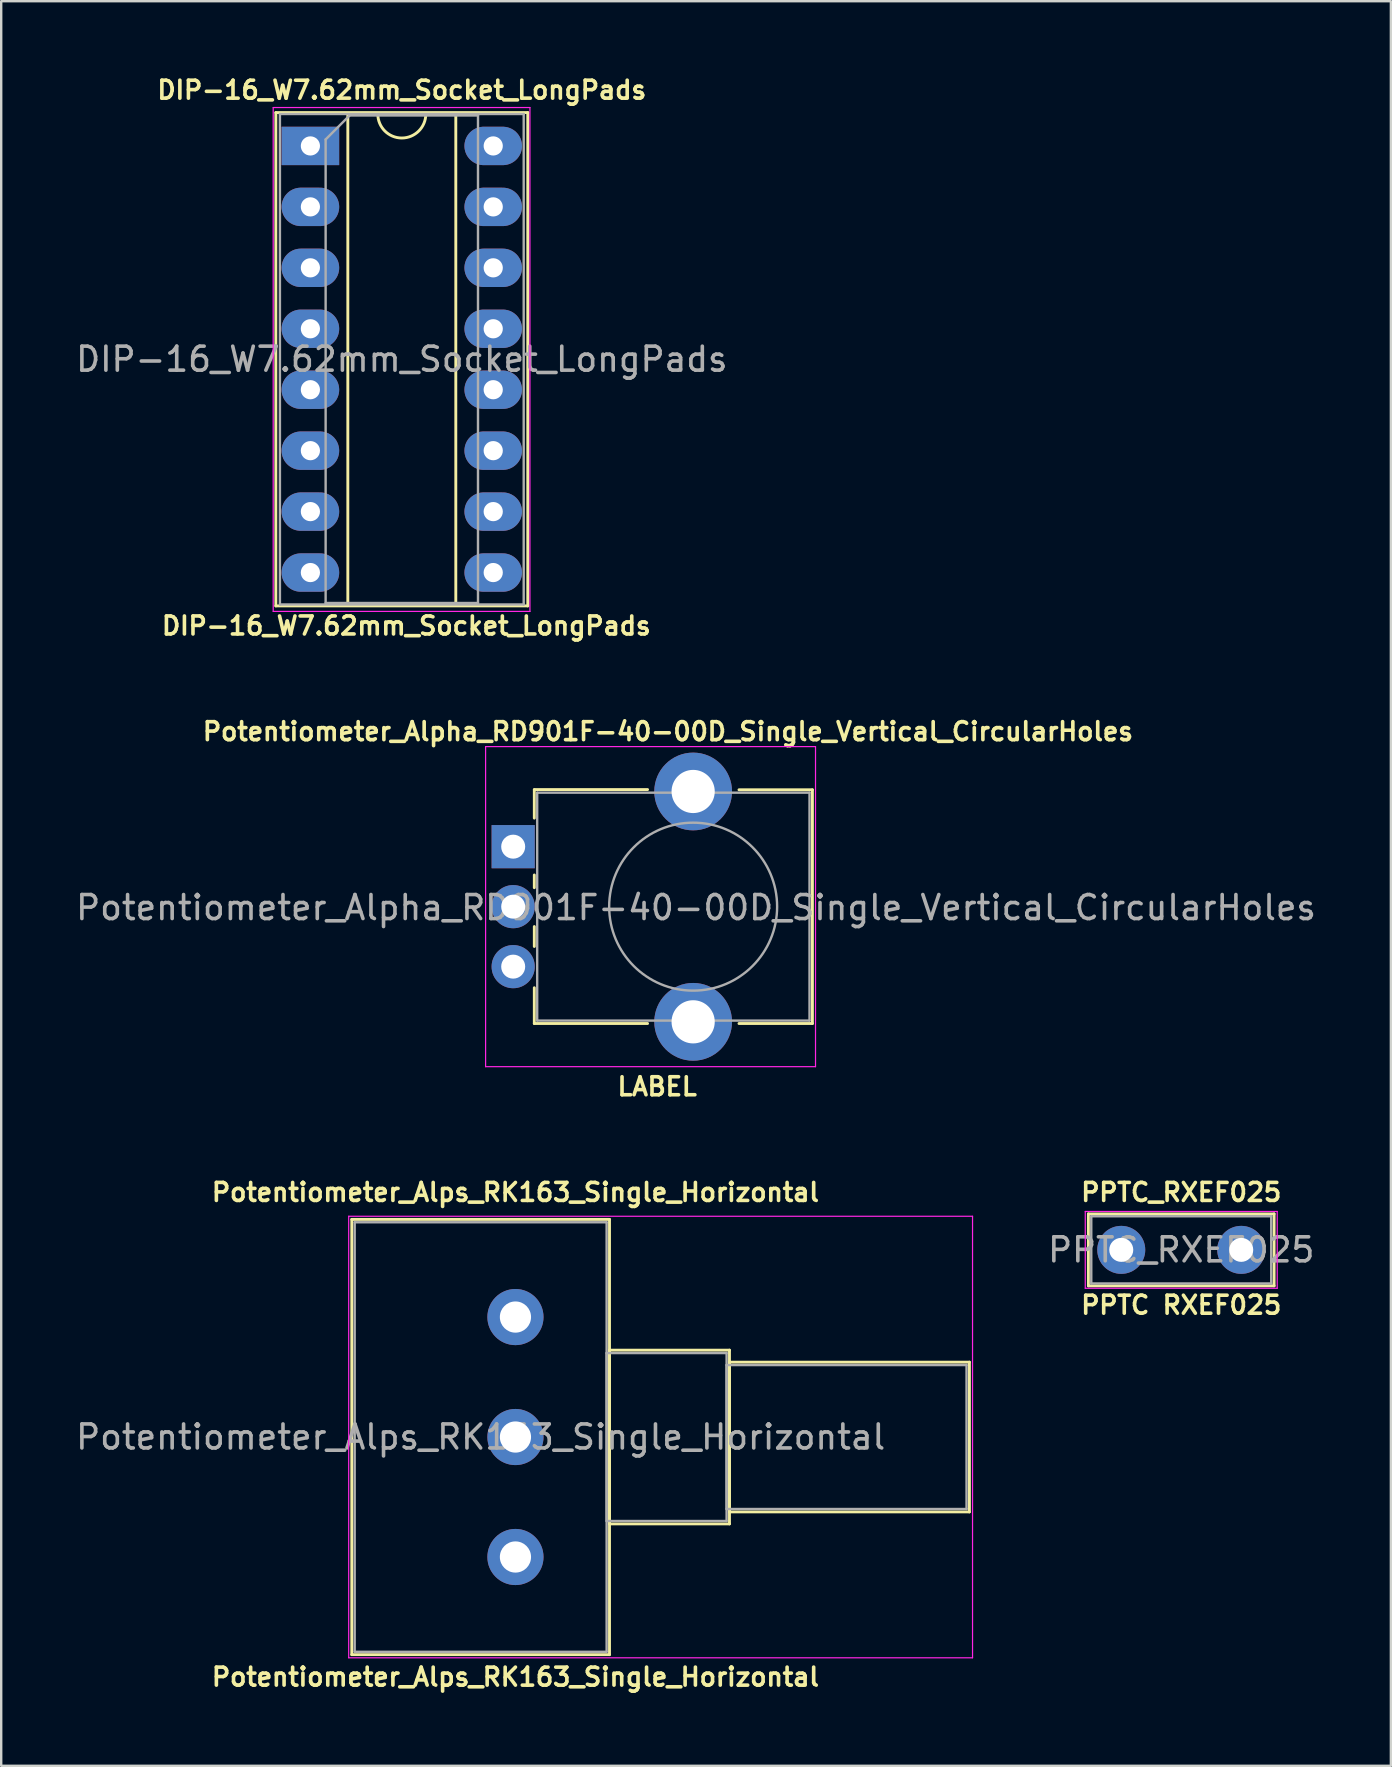
<source format=kicad_pcb>
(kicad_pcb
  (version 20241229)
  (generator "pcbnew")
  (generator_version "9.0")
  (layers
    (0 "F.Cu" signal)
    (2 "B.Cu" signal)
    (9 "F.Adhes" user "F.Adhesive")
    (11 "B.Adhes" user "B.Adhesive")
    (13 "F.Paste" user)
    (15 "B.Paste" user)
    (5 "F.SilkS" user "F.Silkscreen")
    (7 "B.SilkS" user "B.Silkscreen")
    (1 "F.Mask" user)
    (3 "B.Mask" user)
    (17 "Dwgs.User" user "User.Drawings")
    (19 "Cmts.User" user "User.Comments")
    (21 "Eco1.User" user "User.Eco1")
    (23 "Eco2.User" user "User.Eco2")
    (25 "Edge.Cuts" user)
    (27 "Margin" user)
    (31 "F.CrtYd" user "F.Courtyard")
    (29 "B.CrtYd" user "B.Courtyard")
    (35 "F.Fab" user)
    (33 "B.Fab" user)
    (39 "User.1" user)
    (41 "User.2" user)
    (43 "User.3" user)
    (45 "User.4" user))
  (footprint "Potentiometer_Alps_RK163_Single_Horizontal"
    (layer "F.Cu")
    (at 18.432 61.84)
    (property "Reference" "Potentiometer_Alps_RK163_Single_Horizontal" (at 0 -15.2 0) (layer "F.SilkS") (effects (font (size 0.75 0.75) (thickness 0.15))))
    (property "Value" "Potentiometer_Alps_RK163_Single_Horizontal" (at 0 5.2 0) (layer "F.Fab") (hide yes) (effects (font (size 1 1) (thickness 0.15))))
    (attr through_hole)
    (fp_line (start -6.82 -14.07) (end -6.82 4.07) (stroke (width 0.12) (type solid)) (layer "F.SilkS"))
    (fp_line (start -6.82 -14.07) (end 3.92 -14.07) (stroke (width 0.12) (type solid)) (layer "F.SilkS"))
    (fp_line (start -6.82 4.07) (end 3.92 4.07) (stroke (width 0.12) (type solid)) (layer "F.SilkS"))
    (fp_line (start 3.92 -14.07) (end 3.92 4.07) (stroke (width 0.12) (type solid)) (layer "F.SilkS"))
    (fp_line (start 3.92 -8.62) (end 3.92 -1.38) (stroke (width 0.12) (type solid)) (layer "F.SilkS"))
    (fp_line (start 3.92 -8.62) (end 8.92 -8.62) (stroke (width 0.12) (type solid)) (layer "F.SilkS"))
    (fp_line (start 3.92 -1.38) (end 8.92 -1.38) (stroke (width 0.12) (type solid)) (layer "F.SilkS"))
    (fp_line (start 8.92 -8.62) (end 8.92 -1.38) (stroke (width 0.12) (type solid)) (layer "F.SilkS"))
    (fp_line (start 8.92 -8.12) (end 8.92 -1.879) (stroke (width 0.12) (type solid)) (layer "F.SilkS"))
    (fp_line (start 8.92 -8.12) (end 18.92 -8.12) (stroke (width 0.12) (type solid)) (layer "F.SilkS"))
    (fp_line (start 8.92 -1.879) (end 18.92 -1.879) (stroke (width 0.12) (type solid)) (layer "F.SilkS"))
    (fp_line (start 18.92 -8.12) (end 18.92 -1.879) (stroke (width 0.12) (type solid)) (layer "F.SilkS"))
    (fp_line (start -6.95 -14.2) (end -6.95 4.2) (stroke (width 0.05) (type solid)) (layer "F.CrtYd"))
    (fp_line (start -6.95 4.2) (end 19.05 4.2) (stroke (width 0.05) (type solid)) (layer "F.CrtYd"))
    (fp_line (start 19.05 -14.2) (end -6.95 -14.2) (stroke (width 0.05) (type solid)) (layer "F.CrtYd"))
    (fp_line (start 19.05 4.2) (end 19.05 -14.2) (stroke (width 0.05) (type solid)) (layer "F.CrtYd"))
    (fp_line (start -6.7 -13.95) (end -6.7 3.95) (stroke (width 0.1) (type solid)) (layer "F.Fab"))
    (fp_line (start -6.7 3.95) (end 3.8 3.95) (stroke (width 0.1) (type solid)) (layer "F.Fab"))
    (fp_line (start 3.8 -13.95) (end -6.7 -13.95) (stroke (width 0.1) (type solid)) (layer "F.Fab"))
    (fp_line (start 3.8 -8.5) (end 3.8 -1.5) (stroke (width 0.1) (type solid)) (layer "F.Fab"))
    (fp_line (start 3.8 -1.5) (end 8.8 -1.5) (stroke (width 0.1) (type solid)) (layer "F.Fab"))
    (fp_line (start 3.8 3.95) (end 3.8 -13.95) (stroke (width 0.1) (type solid)) (layer "F.Fab"))
    (fp_line (start 8.8 -8.5) (end 3.8 -8.5) (stroke (width 0.1) (type solid)) (layer "F.Fab"))
    (fp_line (start 8.8 -8) (end 8.8 -2) (stroke (width 0.1) (type solid)) (layer "F.Fab"))
    (fp_line (start 8.8 -2) (end 18.8 -2) (stroke (width 0.1) (type solid)) (layer "F.Fab"))
    (fp_line (start 8.8 -1.5) (end 8.8 -8.5) (stroke (width 0.1) (type solid)) (layer "F.Fab"))
    (fp_line (start 18.8 -8) (end 8.8 -8) (stroke (width 0.1) (type solid)) (layer "F.Fab"))
    (fp_line (start 18.8 -2) (end 18.8 -8) (stroke (width 0.1) (type solid)) (layer "F.Fab"))
    (fp_text user "${VALUE}" (at 0 5 0) (layer "F.SilkS") (effects (font (size 0.75 0.75) (thickness 0.15))))
    (fp_text user "${REFERENCE}" (at -1.45 -5 0) (layer "F.Fab") (effects (font (size 1 1) (thickness 0.15))))
    (pad "1" thru_hole circle (at 0 0) (size 2.34 2.34) (drill 1.3) (layers "*.Cu" "*.Mask"))
    (pad "2" thru_hole circle (at 0 -5) (size 2.34 2.34) (drill 1.3) (layers "*.Cu" "*.Mask"))
    (pad "3" thru_hole circle (at 0 -10) (size 2.34 2.34) (drill 1.3) (layers "*.Cu" "*.Mask")))
  (footprint "PPTC_RXEF025"
    (layer "F.Cu")
    (at 43.68 49.04)
    (property "Reference" "PPTC_RXEF025" (at 2.5 -2.4 0) (layer "F.SilkS") (effects (font (size 0.75 0.75) (thickness 0.15))))
    (property "Value" "PPTC RXEF025" (at 2.5 2.4 0) (layer "F.Fab") (hide yes) (effects (font (size 1 1) (thickness 0.15))))
    (attr through_hole)
    (fp_line (start -1.37 -1.5) (end -1.37 1.5) (stroke (width 0.12) (type solid)) (layer "F.SilkS"))
    (fp_line (start -1.37 -1.5) (end 6.37 -1.5) (stroke (width 0.12) (type solid)) (layer "F.SilkS"))
    (fp_line (start -1.37 1.5) (end 6.37 1.5) (stroke (width 0.12) (type solid)) (layer "F.SilkS"))
    (fp_line (start 6.37 -1.5) (end 6.37 1.5) (stroke (width 0.12) (type solid)) (layer "F.SilkS"))
    (fp_line (start -1.5 -1.6) (end -1.5 1.6) (stroke (width 0.05) (type solid)) (layer "F.CrtYd"))
    (fp_line (start -1.5 1.6) (end 6.5 1.6) (stroke (width 0.05) (type solid)) (layer "F.CrtYd"))
    (fp_line (start 6.5 -1.6) (end -1.5 -1.6) (stroke (width 0.05) (type solid)) (layer "F.CrtYd"))
    (fp_line (start 6.5 1.6) (end 6.5 -1.6) (stroke (width 0.05) (type solid)) (layer "F.CrtYd"))
    (fp_line (start -1.25 -1.4) (end -1.25 1.4) (stroke (width 0.1) (type solid)) (layer "F.Fab"))
    (fp_line (start -1.25 1.4) (end 6.25 1.4) (stroke (width 0.1) (type solid)) (layer "F.Fab"))
    (fp_line (start 6.25 -1.4) (end -1.25 -1.4) (stroke (width 0.1) (type solid)) (layer "F.Fab"))
    (fp_line (start 6.25 1.4) (end 6.25 -1.4) (stroke (width 0.1) (type solid)) (layer "F.Fab"))
    (fp_text user "${VALUE}" (at 2.5 2.3 0) (layer "F.SilkS") (effects (font (size 0.75 0.75) (thickness 0.15))))
    (fp_text user "${REFERENCE}" (at 2.5 0 0) (layer "F.Fab") (effects (font (size 1 1) (thickness 0.15))))
    (pad "1" thru_hole circle (at 0 0) (size 2 2) (drill 1) (layers "*.Cu" "*.Mask"))
    (pad "2" thru_hole circle (at 5 0) (size 2 2) (drill 1) (layers "*.Cu" "*.Mask")))
  (footprint "DIP-16_W7.62mm_Socket_LongPads"
    (layer "F.Cu")
    (at 9.886 3.032)
    (property "Reference" "DIP-16_W7.62mm_Socket_LongPads" (at 3.81 -2.33 0) (layer "F.SilkS") (effects (font (size 0.75 0.75) (thickness 0.15))))
    (property "Value" "DIP-16_W7.62mm_Socket_LongPads" (at 3.81 20.11 0) (layer "F.Fab") (hide yes) (effects (font (size 1 1) (thickness 0.15))))
    (attr through_hole)
    (fp_line (start -1.44 -1.39) (end -1.44 19.17) (stroke (width 0.12) (type solid)) (layer "F.SilkS"))
    (fp_line (start -1.44 19.17) (end 9.06 19.17) (stroke (width 0.12) (type solid)) (layer "F.SilkS"))
    (fp_line (start 1.56 -1.33) (end 1.56 19.11) (stroke (width 0.12) (type solid)) (layer "F.SilkS"))
    (fp_line (start 1.56 19.11) (end 6.06 19.11) (stroke (width 0.12) (type solid)) (layer "F.SilkS"))
    (fp_line (start 2.81 -1.33) (end 1.56 -1.33) (stroke (width 0.12) (type solid)) (layer "F.SilkS"))
    (fp_line (start 6.06 -1.33) (end 4.81 -1.33) (stroke (width 0.12) (type solid)) (layer "F.SilkS"))
    (fp_line (start 6.06 19.11) (end 6.06 -1.33) (stroke (width 0.12) (type solid)) (layer "F.SilkS"))
    (fp_line (start 9.06 -1.39) (end -1.44 -1.39) (stroke (width 0.12) (type solid)) (layer "F.SilkS"))
    (fp_line (start 9.06 19.17) (end 9.06 -1.39) (stroke (width 0.12) (type solid)) (layer "F.SilkS"))
    (fp_arc (start 4.81 -1.33) (mid 3.81 -0.33) (end 2.81 -1.33) (stroke (width 0.12) (type solid)) (layer "F.SilkS"))
    (fp_line (start -1.55 -1.6) (end -1.55 19.4) (stroke (width 0.05) (type solid)) (layer "F.CrtYd"))
    (fp_line (start -1.55 19.4) (end 9.15 19.4) (stroke (width 0.05) (type solid)) (layer "F.CrtYd"))
    (fp_line (start 9.15 -1.6) (end -1.55 -1.6) (stroke (width 0.05) (type solid)) (layer "F.CrtYd"))
    (fp_line (start 9.15 19.4) (end 9.15 -1.6) (stroke (width 0.05) (type solid)) (layer "F.CrtYd"))
    (fp_line (start -1.27 -1.33) (end -1.27 19.11) (stroke (width 0.1) (type solid)) (layer "F.Fab"))
    (fp_line (start -1.27 19.11) (end 8.89 19.11) (stroke (width 0.1) (type solid)) (layer "F.Fab"))
    (fp_line (start 0.635 -0.27) (end 1.635 -1.27) (stroke (width 0.1) (type solid)) (layer "F.Fab"))
    (fp_line (start 0.635 19.05) (end 0.635 -0.27) (stroke (width 0.1) (type solid)) (layer "F.Fab"))
    (fp_line (start 1.635 -1.27) (end 6.985 -1.27) (stroke (width 0.1) (type solid)) (layer "F.Fab"))
    (fp_line (start 6.985 -1.27) (end 6.985 19.05) (stroke (width 0.1) (type solid)) (layer "F.Fab"))
    (fp_line (start 6.985 19.05) (end 0.635 19.05) (stroke (width 0.1) (type solid)) (layer "F.Fab"))
    (fp_line (start 8.89 -1.33) (end -1.27 -1.33) (stroke (width 0.1) (type solid)) (layer "F.Fab"))
    (fp_line (start 8.89 19.11) (end 8.89 -1.33) (stroke (width 0.1) (type solid)) (layer "F.Fab"))
    (fp_text user "${VALUE}" (at 4 20 0) (layer "F.SilkS") (effects (font (size 0.75 0.75) (thickness 0.15))))
    (fp_text user "${REFERENCE}" (at 3.81 8.89 0) (layer "F.Fab") (effects (font (size 1 1) (thickness 0.15))))
    (pad "1" thru_hole rect (at 0 0) (size 2.4 1.6) (drill 0.8) (layers "*.Cu" "*.Mask"))
    (pad "2" thru_hole oval (at 0 2.54) (size 2.4 1.6) (drill 0.8) (layers "*.Cu" "*.Mask"))
    (pad "3" thru_hole oval (at 0 5.08) (size 2.4 1.6) (drill 0.8) (layers "*.Cu" "*.Mask"))
    (pad "4" thru_hole oval (at 0 7.62) (size 2.4 1.6) (drill 0.8) (layers "*.Cu" "*.Mask"))
    (pad "5" thru_hole oval (at 0 10.16) (size 2.4 1.6) (drill 0.8) (layers "*.Cu" "*.Mask"))
    (pad "6" thru_hole oval (at 0 12.7) (size 2.4 1.6) (drill 0.8) (layers "*.Cu" "*.Mask"))
    (pad "7" thru_hole oval (at 0 15.24) (size 2.4 1.6) (drill 0.8) (layers "*.Cu" "*.Mask"))
    (pad "8" thru_hole oval (at 0 17.78) (size 2.4 1.6) (drill 0.8) (layers "*.Cu" "*.Mask"))
    (pad "9" thru_hole oval (at 7.62 17.78) (size 2.4 1.6) (drill 0.8) (layers "*.Cu" "*.Mask"))
    (pad "10" thru_hole oval (at 7.62 15.24) (size 2.4 1.6) (drill 0.8) (layers "*.Cu" "*.Mask"))
    (pad "11" thru_hole oval (at 7.62 12.7) (size 2.4 1.6) (drill 0.8) (layers "*.Cu" "*.Mask"))
    (pad "12" thru_hole oval (at 7.62 10.16) (size 2.4 1.6) (drill 0.8) (layers "*.Cu" "*.Mask"))
    (pad "13" thru_hole oval (at 7.62 7.62) (size 2.4 1.6) (drill 0.8) (layers "*.Cu" "*.Mask"))
    (pad "14" thru_hole oval (at 7.62 5.08) (size 2.4 1.6) (drill 0.8) (layers "*.Cu" "*.Mask"))
    (pad "15" thru_hole oval (at 7.62 2.54) (size 2.4 1.6) (drill 0.8) (layers "*.Cu" "*.Mask"))
    (pad "16" thru_hole oval (at 7.62 0) (size 2.4 1.6) (drill 0.8) (layers "*.Cu" "*.Mask")))
  (footprint "Potentiometer_Alpha_RD901F-40-00D_Single_Vertical_CircularHoles"
    (layer "F.Cu")
    (at 18.338 32.236)
    (property "Reference" "Potentiometer_Alpha_RD901F-40-00D_Single_Vertical_CircularHoles" (at 6.45 -4.8 180) (layer "F.SilkS") (effects (font (size 0.75 0.75) (thickness 0.15))))
    (attr through_hole)
    (fp_line (start 0.88 -2.38) (end 5.6 -2.38) (stroke (width 0.12) (type solid)) (layer "F.SilkS"))
    (fp_line (start 0.88 -1.19) (end 0.88 -2.37) (stroke (width 0.12) (type solid)) (layer "F.SilkS"))
    (fp_line (start 0.88 1.71) (end 0.88 1.18) (stroke (width 0.12) (type solid)) (layer "F.SilkS"))
    (fp_line (start 0.88 4.16) (end 0.88 3.33) (stroke (width 0.12) (type solid)) (layer "F.SilkS"))
    (fp_line (start 0.88 7.37) (end 0.88 5.88) (stroke (width 0.12) (type solid)) (layer "F.SilkS"))
    (fp_line (start 0.88 7.37) (end 5.6 7.37) (stroke (width 0.12) (type solid)) (layer "F.SilkS"))
    (fp_line (start 9.41 -2.37) (end 12.47 -2.37) (stroke (width 0.12) (type solid)) (layer "F.SilkS"))
    (fp_line (start 9.41 7.37) (end 12.47 7.37) (stroke (width 0.12) (type solid)) (layer "F.SilkS"))
    (fp_line (start 12.47 7.37) (end 12.47 -2.37) (stroke (width 0.12) (type solid)) (layer "F.SilkS"))
    (fp_line (start -1.15 -4.17) (end -1.15 9.17) (stroke (width 0.05) (type solid)) (layer "F.CrtYd"))
    (fp_line (start -1.15 9.17) (end 12.6 9.17) (stroke (width 0.05) (type solid)) (layer "F.CrtYd"))
    (fp_line (start 12.6 -4.17) (end -1.15 -4.17) (stroke (width 0.05) (type solid)) (layer "F.CrtYd"))
    (fp_line (start 12.6 9.17) (end 12.6 -4.17) (stroke (width 0.05) (type solid)) (layer "F.CrtYd"))
    (fp_line (start 1 -2.25) (end 12.35 -2.25) (stroke (width 0.1) (type solid)) (layer "F.Fab"))
    (fp_line (start 1 7.25) (end 1 -2.25) (stroke (width 0.1) (type solid)) (layer "F.Fab"))
    (fp_line (start 1 7.25) (end 12.35 7.25) (stroke (width 0.1) (type solid)) (layer "F.Fab"))
    (fp_line (start 12.35 7.25) (end 12.35 -2.25) (stroke (width 0.1) (type solid)) (layer "F.Fab"))
    (fp_circle (center 7.5 2.5) (end 7.5 -1) (stroke (width 0.1) (type solid)) (fill no) (layer "F.Fab"))
    (fp_text user "LABEL" (at 6 10 0) (layer "F.SilkS") (effects (font (size 0.75 0.75) (thickness 0.15))))
    (fp_text user "${REFERENCE}" (at 7.62 2.54 0) (layer "F.Fab") (effects (font (size 1 1) (thickness 0.15))))
    (pad "" thru_hole circle (at 7.5 -2.3 90) (size 3.24 3.24) (drill 1.8) (layers "*.Cu" "*.Mask"))
    (pad "" thru_hole circle (at 7.5 7.3 90) (size 3.24 3.24) (drill 1.8) (layers "*.Cu" "*.Mask"))
    (pad "1" thru_hole rect (at 0 0 90) (size 1.8 1.8) (drill 1) (layers "*.Cu" "*.Mask"))
    (pad "2" thru_hole circle (at 0 2.5 90) (size 1.8 1.8) (drill 1) (layers "*.Cu" "*.Mask"))
    (pad "3" thru_hole circle (at 0 5 90) (size 1.8 1.8) (drill 1) (layers "*.Cu" "*.Mask")))
  (gr_rect
    (start -3 -3)
    (end 54.917 70.542)
    (stroke (width 0.1) (type default))
    (fill no)
    (layer "Edge.Cuts")))
</source>
